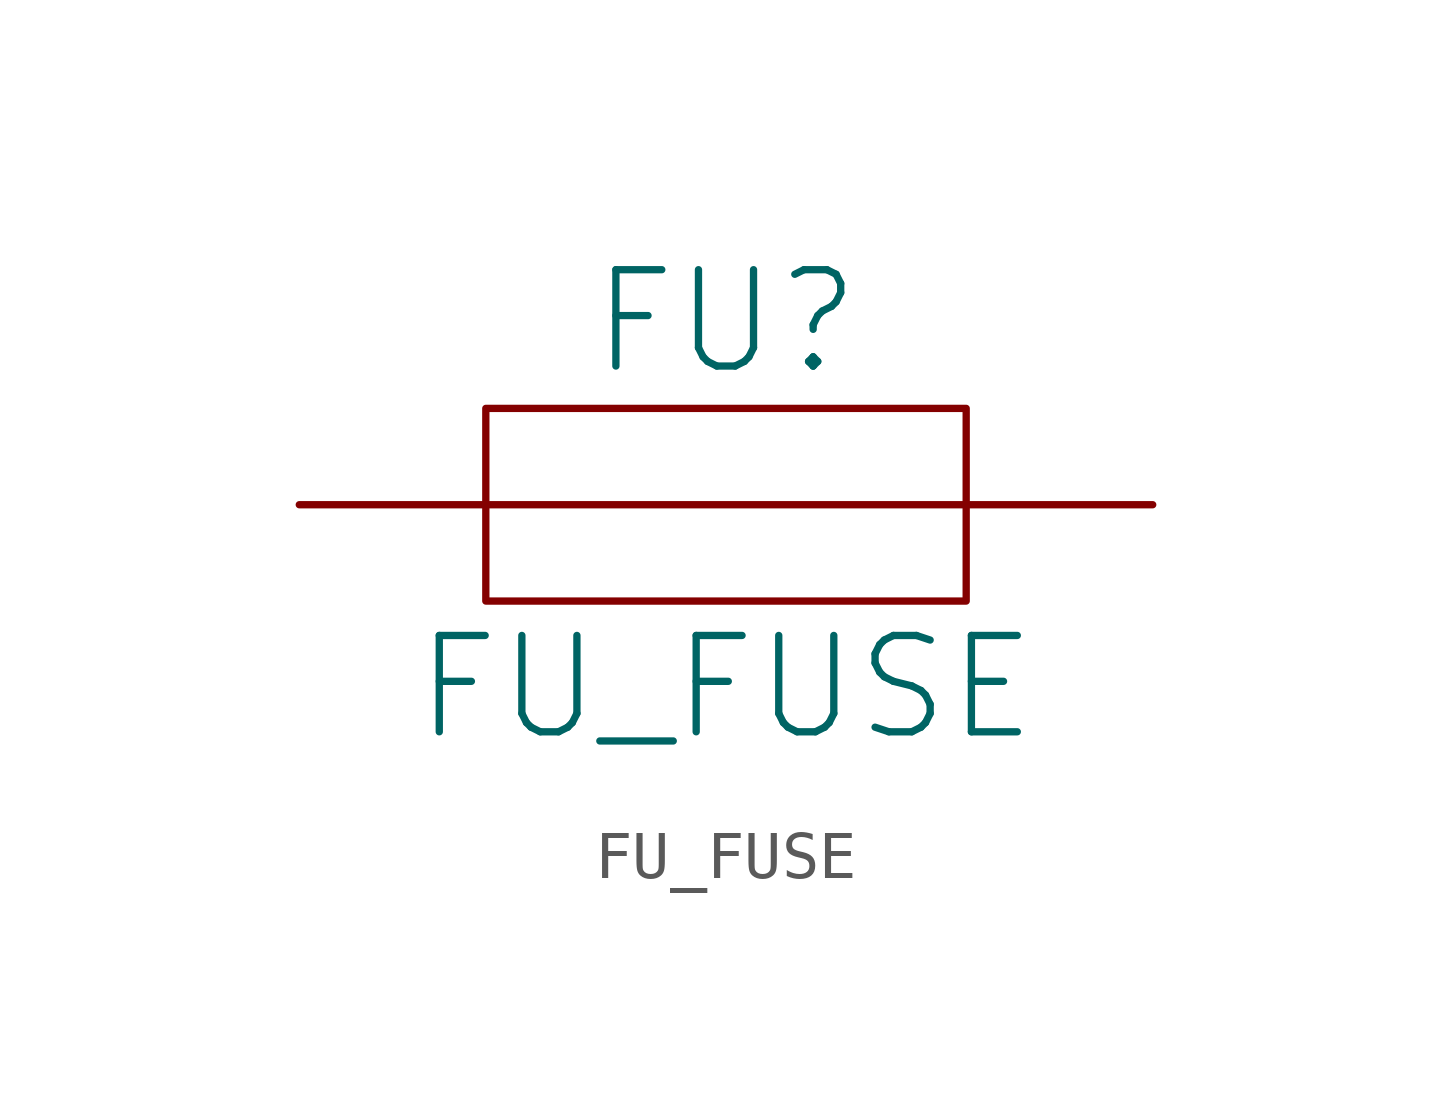
<source format=kicad_sym>
(kicad_symbol_lib
  (version 20231120)
  (generator "kicad_symbol_editor")
  (generator_version "8.0")
  (symbol "FU_FUSE"
    (pin_numbers hide)
    (pin_names
      (offset 0) hide)
    (property "Reference" "FU"
      (at 0 3.81 0)
      (effects (font (size 2.007 2.007))))
    (property "Value" "FU_FUSE"
      (at 0 -3.81 0)
      (effects (font (size 2.007 2.007))))
    (symbol "FU_FUSE_0_1"
      (rectangle (start -5.004 2.007) (end 5.004 -2.007) (stroke (width 0) (type solid)) (fill (type none)))
      (polyline (pts (xy -5.004 0) (xy 5.004 0)) (stroke (width 0) (type solid)) (fill (type none))))
    (symbol "FU_FUSE_1_1"
      (pin passive line (at -8.89 0 0) (length 3.886) (name "~" (effects (font (size 2.007 2.007)))) (number "1" (effects (font (size 2.007 2.007)))))
      (pin passive line (at 8.89 0 180) (length 3.886) (name "~" (effects (font (size 2.007 2.007)))) (number "2" (effects (font (size 2.007 2.007))))))))
</source>
